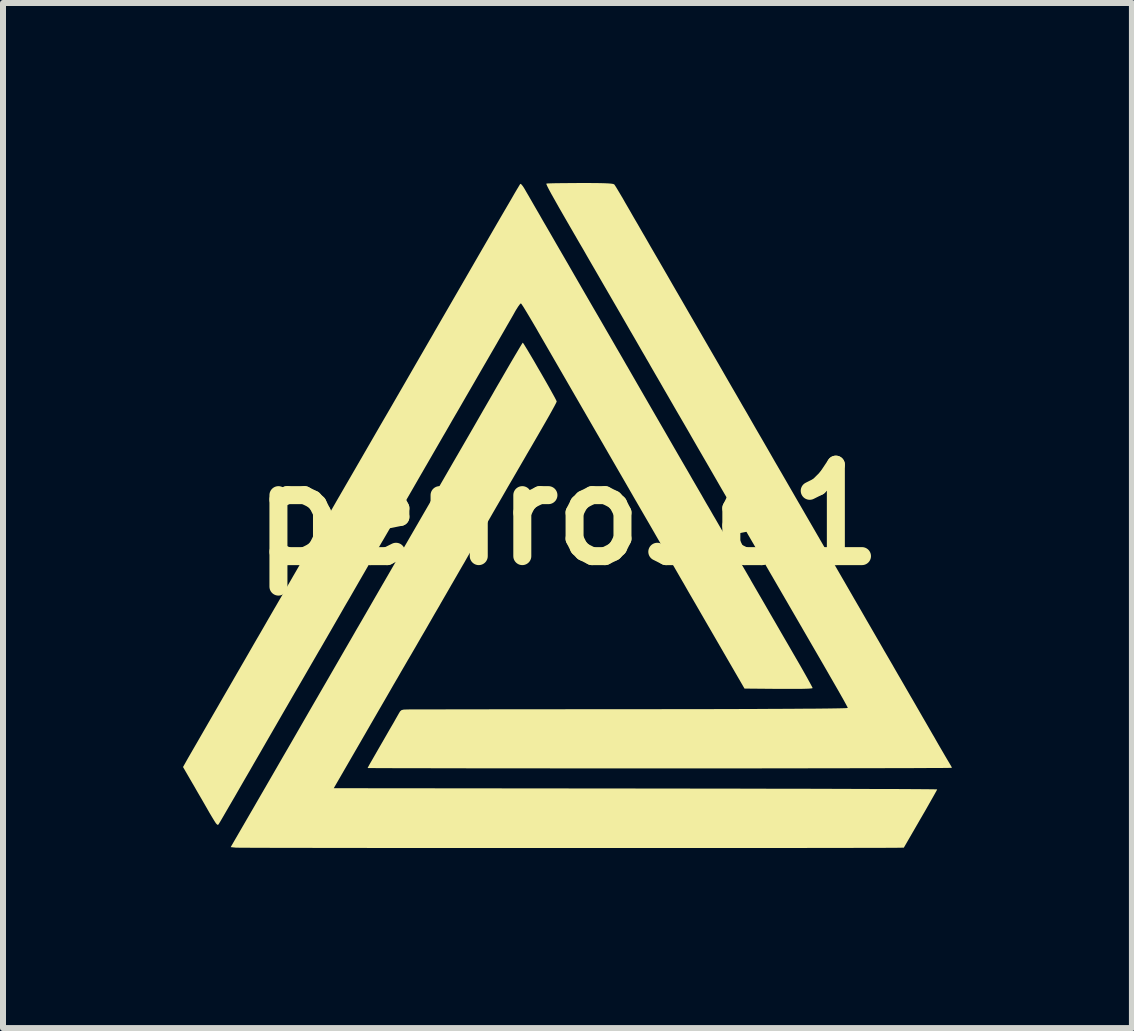
<source format=kicad_pcb>
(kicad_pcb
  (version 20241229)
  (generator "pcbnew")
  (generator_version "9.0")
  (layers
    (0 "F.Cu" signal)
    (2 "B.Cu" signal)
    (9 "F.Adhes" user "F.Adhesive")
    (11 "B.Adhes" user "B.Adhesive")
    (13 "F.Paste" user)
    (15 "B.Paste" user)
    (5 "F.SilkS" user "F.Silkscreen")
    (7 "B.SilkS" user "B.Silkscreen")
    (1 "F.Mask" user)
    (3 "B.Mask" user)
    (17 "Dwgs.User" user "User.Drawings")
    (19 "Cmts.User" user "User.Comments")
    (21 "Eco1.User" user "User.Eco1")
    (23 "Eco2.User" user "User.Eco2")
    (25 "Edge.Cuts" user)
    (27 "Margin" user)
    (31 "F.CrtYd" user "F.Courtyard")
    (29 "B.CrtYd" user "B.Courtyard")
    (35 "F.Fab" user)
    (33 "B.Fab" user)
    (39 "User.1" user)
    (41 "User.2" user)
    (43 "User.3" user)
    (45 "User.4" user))
  (footprint "penrose1"
    (layer "F.Cu")
    (at 6.416 5.528)
    (property "Reference" "penrose1" (at 0 0 0) (layer "F.SilkS") (effects (font (size 1.524 1.524) (thickness 0.3))))
    (attr board_only exclude_from_pos_files exclude_from_bom)
    (fp_poly (pts (xy -0.742 -2.852) (xy -0.715 -2.809) (xy -0.674 -2.742) (xy -0.624 -2.658) (xy -0.566 -2.56) (xy -0.505 -2.454) (xy -0.441 -2.344) (xy -0.379 -2.236) (xy -0.321 -2.134) (xy -0.271 -2.044) (xy -0.23 -1.97) (xy -0.202 -1.917) (xy -0.189 -1.89) (xy -0.189 -1.888) (xy -0.198 -1.865) (xy -0.226 -1.811) (xy -0.271 -1.729) (xy -0.332 -1.62) (xy -0.409 -1.486) (xy -0.499 -1.33) (xy -0.602 -1.152) (xy -0.68 -1.019) (xy -0.716 -0.956) (xy -0.769 -0.865) (xy -0.835 -0.751) (xy -0.912 -0.618) (xy -0.998 -0.471) (xy -1.088 -0.314) (xy -1.182 -0.152) (xy -1.237 -0.057) (xy -1.341 0.124) (xy -1.429 0.277) (xy -1.504 0.407) (xy -1.568 0.519) (xy -1.625 0.616) (xy -1.676 0.704) (xy -1.724 0.789) (xy -1.773 0.873) (xy -1.825 0.963) (xy -1.882 1.062) (xy -1.948 1.176) (xy -2.025 1.31) (xy -2.116 1.467) (xy -2.14 1.51) (xy -2.224 1.654) (xy -2.304 1.793) (xy -2.378 1.922) (xy -2.445 2.036) (xy -2.5 2.132) (xy -2.541 2.203) (xy -2.566 2.246) (xy -2.619 2.337) (xy -2.671 2.425) (xy -2.723 2.515) (xy -2.778 2.609) (xy -2.837 2.712) (xy -2.904 2.826) (xy -2.979 2.957) (xy -3.065 3.106) (xy -3.165 3.278) (xy -3.28 3.477) (xy -3.375 3.642) (xy -3.904 4.557) (xy 1.124 4.562) (xy 1.557 4.562) (xy 1.98 4.563) (xy 2.392 4.564) (xy 2.79 4.564) (xy 3.174 4.565) (xy 3.542 4.566) (xy 3.892 4.566) (xy 4.223 4.567) (xy 4.533 4.568) (xy 4.821 4.569) (xy 5.085 4.57) (xy 5.324 4.57) (xy 5.535 4.571) (xy 5.718 4.572) (xy 5.871 4.573) (xy 5.993 4.574) (xy 6.081 4.575) (xy 6.135 4.576) (xy 6.152 4.577) (xy 6.143 4.595) (xy 6.117 4.642) (xy 6.077 4.713) (xy 6.025 4.804) (xy 5.964 4.912) (xy 5.895 5.031) (xy 5.874 5.067) (xy 5.596 5.548) (xy 5.52 5.549) (xy 5.47 5.55) (xy 5.385 5.55) (xy 5.267 5.551) (xy 5.119 5.551) (xy 4.941 5.551) (xy 4.736 5.552) (xy 4.505 5.552) (xy 4.251 5.552) (xy 3.975 5.553) (xy 3.679 5.553) (xy 3.364 5.553) (xy 3.034 5.553) (xy 2.688 5.553) (xy 2.33 5.554) (xy 1.961 5.554) (xy 1.583 5.554) (xy 1.197 5.554) (xy 0.806 5.554) (xy 0.411 5.554) (xy 0.015 5.554) (xy -0.382 5.554) (xy -0.777 5.554) (xy -1.168 5.554) (xy -1.555 5.554) (xy -1.933 5.553) (xy -2.303 5.553) (xy -2.662 5.553) (xy -3.008 5.553) (xy -3.34 5.553) (xy -3.656 5.552) (xy -3.953 5.552) (xy -4.231 5.552) (xy -4.487 5.551) (xy -4.719 5.551) (xy -4.926 5.551) (xy -5.106 5.55) (xy -5.256 5.55) (xy -5.376 5.549) (xy -5.464 5.549) (xy -5.517 5.548) (xy -5.533 5.548) (xy -5.622 5.539) (xy -5.299 4.982) (xy -5.238 4.877) (xy -5.162 4.745) (xy -5.072 4.59) (xy -4.971 4.415) (xy -4.861 4.225) (xy -4.744 4.022) (xy -4.622 3.812) (xy -4.498 3.597) (xy -4.373 3.38) (xy -4.25 3.167) (xy -4.13 2.96) (xy -4.016 2.763) (xy -3.911 2.581) (xy -3.815 2.415) (xy -3.732 2.271) (xy -3.663 2.152) (xy -3.611 2.062) (xy -3.608 2.057) (xy -3.577 2.003) (xy -3.53 1.921) (xy -3.468 1.815) (xy -3.395 1.689) (xy -3.313 1.547) (xy -3.225 1.394) (xy -3.132 1.233) (xy -3.057 1.104) (xy -2.798 0.656) (xy -2.556 0.238) (xy -2.331 -0.151) (xy -2.122 -0.513) (xy -1.927 -0.851) (xy -1.745 -1.165) (xy -1.575 -1.459) (xy -1.417 -1.734) (xy -1.268 -1.992) (xy -1.207 -2.099) (xy -1.117 -2.254) (xy -1.033 -2.399) (xy -0.957 -2.53) (xy -0.89 -2.644) (xy -0.834 -2.738) (xy -0.792 -2.809) (xy -0.765 -2.853) (xy -0.754 -2.868)) (stroke (width 0) (type solid)) (fill yes) (layer "F.SilkS"))
    (fp_poly (pts (xy 0.365 -5.528) (xy 0.494 -5.527) (xy 0.593 -5.525) (xy 0.666 -5.522) (xy 0.717 -5.518) (xy 0.75 -5.513) (xy 0.768 -5.506) (xy 0.773 -5.501) (xy 0.79 -5.476) (xy 0.822 -5.424) (xy 0.865 -5.352) (xy 0.916 -5.266) (xy 0.951 -5.204) (xy 1.019 -5.087) (xy 1.094 -4.956) (xy 1.17 -4.826) (xy 1.236 -4.711) (xy 1.249 -4.689) (xy 1.302 -4.598) (xy 1.371 -4.477) (xy 1.456 -4.331) (xy 1.553 -4.164) (xy 1.66 -3.979) (xy 1.775 -3.779) (xy 1.897 -3.569) (xy 2.022 -3.352) (xy 2.149 -3.133) (xy 2.276 -2.913) (xy 2.4 -2.699) (xy 2.52 -2.492) (xy 2.632 -2.297) (xy 2.736 -2.117) (xy 2.829 -1.957) (xy 2.908 -1.819) (xy 2.973 -1.708) (xy 3.043 -1.586) (xy 3.129 -1.436) (xy 3.228 -1.266) (xy 3.336 -1.079) (xy 3.449 -0.882) (xy 3.566 -0.681) (xy 3.682 -0.48) (xy 3.794 -0.286) (xy 3.812 -0.255) (xy 4.013 0.092) (xy 4.196 0.408) (xy 4.362 0.695) (xy 4.512 0.955) (xy 4.648 1.19) (xy 4.769 1.4) (xy 4.879 1.589) (xy 4.976 1.758) (xy 5.063 1.908) (xy 5.141 2.043) (xy 5.21 2.162) (xy 5.271 2.269) (xy 5.318 2.349) (xy 5.394 2.48) (xy 5.475 2.621) (xy 5.557 2.762) (xy 5.632 2.892) (xy 5.695 3.001) (xy 5.7 3.01) (xy 5.759 3.111) (xy 5.831 3.236) (xy 5.911 3.375) (xy 5.994 3.518) (xy 6.074 3.657) (xy 6.104 3.708) (xy 6.17 3.824) (xy 6.232 3.93) (xy 6.286 4.023) (xy 6.329 4.096) (xy 6.359 4.146) (xy 6.37 4.165) (xy 6.39 4.2) (xy 6.397 4.217) (xy 6.379 4.218) (xy 6.324 4.219) (xy 6.234 4.22) (xy 6.112 4.22) (xy 5.958 4.221) (xy 5.774 4.222) (xy 5.562 4.223) (xy 5.324 4.223) (xy 5.06 4.224) (xy 4.772 4.224) (xy 4.463 4.225) (xy 4.133 4.225) (xy 3.784 4.226) (xy 3.418 4.226) (xy 3.036 4.227) (xy 2.64 4.227) (xy 2.231 4.227) (xy 1.812 4.227) (xy 1.529 4.227) (xy 1.103 4.227) (xy 0.687 4.227) (xy 0.282 4.227) (xy -0.109 4.227) (xy -0.486 4.226) (xy -0.847 4.226) (xy -1.189 4.226) (xy -1.512 4.226) (xy -1.815 4.225) (xy -2.094 4.225) (xy -2.35 4.224) (xy -2.58 4.224) (xy -2.783 4.224) (xy -2.956 4.223) (xy -3.1 4.223) (xy -3.211 4.222) (xy -3.289 4.221) (xy -3.332 4.221) (xy -3.34 4.22) (xy -3.331 4.203) (xy -3.306 4.157) (xy -3.266 4.088) (xy -3.215 3.999) (xy -3.156 3.896) (xy -3.101 3.801) (xy -3.033 3.683) (xy -2.97 3.573) (xy -2.913 3.476) (xy -2.868 3.396) (xy -2.836 3.34) (xy -2.823 3.317) (xy -2.799 3.277) (xy -2.775 3.256) (xy -2.74 3.247) (xy -2.68 3.245) (xy -2.67 3.245) (xy -2.64 3.244) (xy -2.574 3.244) (xy -2.474 3.244) (xy -2.342 3.244) (xy -2.18 3.244) (xy -1.989 3.243) (xy -1.773 3.243) (xy -1.532 3.243) (xy -1.268 3.242) (xy -0.984 3.242) (xy -0.681 3.242) (xy -0.361 3.242) (xy -0.027 3.241) (xy 0.321 3.241) (xy 0.68 3.241) (xy 1.048 3.24) (xy 1.052 3.24) (xy 1.523 3.24) (xy 1.964 3.239) (xy 2.373 3.239) (xy 2.751 3.238) (xy 3.096 3.237) (xy 3.408 3.235) (xy 3.687 3.234) (xy 3.932 3.232) (xy 4.142 3.231) (xy 4.318 3.229) (xy 4.457 3.227) (xy 4.561 3.225) (xy 4.629 3.223) (xy 4.659 3.22) (xy 4.661 3.219) (xy 4.659 3.212) (xy 4.652 3.197) (xy 4.638 3.171) (xy 4.618 3.134) (xy 4.59 3.083) (xy 4.552 3.016) (xy 4.504 2.931) (xy 4.444 2.827) (xy 4.372 2.702) (xy 4.287 2.554) (xy 4.187 2.381) (xy 4.071 2.181) (xy 3.939 1.953) (xy 3.789 1.694) (xy 3.764 1.651) (xy 3.68 1.506) (xy 3.582 1.337) (xy 3.474 1.151) (xy 3.362 0.958) (xy 3.251 0.765) (xy 3.145 0.581) (xy 3.076 0.462) (xy 2.998 0.328) (xy 2.905 0.166) (xy 2.798 -0.019) (xy 2.681 -0.222) (xy 2.556 -0.437) (xy 2.427 -0.661) (xy 2.297 -0.886) (xy 2.167 -1.11) (xy 2.042 -1.327) (xy 2.024 -1.359) (xy 1.911 -1.554) (xy 1.802 -1.741) (xy 1.7 -1.918) (xy 1.605 -2.082) (xy 1.52 -2.23) (xy 1.445 -2.359) (xy 1.383 -2.466) (xy 1.336 -2.549) (xy 1.304 -2.603) (xy 1.293 -2.623) (xy 1.27 -2.663) (xy 1.23 -2.731) (xy 1.176 -2.825) (xy 1.11 -2.94) (xy 1.033 -3.072) (xy 0.949 -3.218) (xy 0.859 -3.374) (xy 0.765 -3.536) (xy 0.67 -3.7) (xy 0.576 -3.862) (xy 0.485 -4.02) (xy 0.399 -4.168) (xy 0.321 -4.303) (xy 0.253 -4.422) (xy 0.196 -4.519) (xy 0.153 -4.593) (xy 0.136 -4.623) (xy 0.02 -4.823) (xy -0.078 -4.993) (xy -0.159 -5.134) (xy -0.224 -5.25) (xy -0.276 -5.342) (xy -0.314 -5.412) (xy -0.34 -5.462) (xy -0.355 -5.495) (xy -0.362 -5.513) (xy -0.361 -5.518) (xy -0.339 -5.521) (xy -0.284 -5.523) (xy -0.201 -5.525) (xy -0.095 -5.526) (xy 0.029 -5.527) (xy 0.167 -5.528) (xy 0.202 -5.528)) (stroke (width 0) (type solid)) (fill yes) (layer "F.SilkS"))
    (fp_poly (pts (xy -0.779 -5.507) (xy -0.752 -5.474) (xy -0.724 -5.43) (xy -0.699 -5.386) (xy -0.658 -5.316) (xy -0.605 -5.224) (xy -0.543 -5.116) (xy -0.475 -4.999) (xy -0.422 -4.906) (xy -0.362 -4.803) (xy -0.286 -4.672) (xy -0.198 -4.519) (xy -0.1 -4.35) (xy 0.005 -4.169) (xy 0.112 -3.983) (xy 0.22 -3.796) (xy 0.32 -3.623) (xy 0.422 -3.447) (xy 0.524 -3.272) (xy 0.622 -3.102) (xy 0.715 -2.942) (xy 0.799 -2.796) (xy 0.873 -2.669) (xy 0.933 -2.565) (xy 0.977 -2.488) (xy 0.981 -2.482) (xy 1.146 -2.195) (xy 1.31 -1.911) (xy 1.47 -1.634) (xy 1.624 -1.368) (xy 1.768 -1.118) (xy 1.9 -0.89) (xy 2.018 -0.687) (xy 2.071 -0.594) (xy 2.148 -0.462) (xy 2.225 -0.329) (xy 2.297 -0.203) (xy 2.363 -0.091) (xy 2.416 0.002) (xy 2.454 0.066) (xy 2.485 0.12) (xy 2.533 0.203) (xy 2.595 0.31) (xy 2.669 0.438) (xy 2.752 0.582) (xy 2.843 0.739) (xy 2.938 0.904) (xy 3.037 1.074) (xy 3.048 1.095) (xy 3.154 1.278) (xy 3.264 1.467) (xy 3.374 1.658) (xy 3.482 1.844) (xy 3.583 2.019) (xy 3.675 2.177) (xy 3.754 2.314) (xy 3.805 2.402) (xy 3.875 2.523) (xy 3.938 2.634) (xy 3.992 2.73) (xy 4.034 2.807) (xy 4.063 2.861) (xy 4.076 2.887) (xy 4.076 2.889) (xy 4.058 2.894) (xy 4.004 2.898) (xy 3.917 2.901) (xy 3.8 2.902) (xy 3.655 2.902) (xy 3.508 2.902) (xy 2.941 2.897) (xy 2.591 2.293) (xy 2.498 2.132) (xy 2.399 1.961) (xy 2.298 1.787) (xy 2.201 1.619) (xy 2.112 1.465) (xy 2.034 1.331) (xy 2.001 1.274) (xy 1.943 1.172) (xy 1.868 1.043) (xy 1.781 0.892) (xy 1.684 0.725) (xy 1.58 0.546) (xy 1.473 0.36) (xy 1.366 0.174) (xy 1.265 0) (xy 1.106 -0.274) (xy 0.932 -0.576) (xy 0.744 -0.901) (xy 0.546 -1.244) (xy 0.34 -1.6) (xy 0.13 -1.963) (xy -0.082 -2.33) (xy -0.293 -2.695) (xy -0.5 -3.053) (xy -0.523 -3.094) (xy -0.59 -3.208) (xy -0.651 -3.311) (xy -0.704 -3.399) (xy -0.745 -3.466) (xy -0.774 -3.509) (xy -0.785 -3.523) (xy -0.801 -3.51) (xy -0.83 -3.471) (xy -0.866 -3.414) (xy -0.879 -3.392) (xy -0.908 -3.34) (xy -0.953 -3.261) (xy -1.011 -3.161) (xy -1.078 -3.044) (xy -1.151 -2.918) (xy -1.226 -2.787) (xy -1.239 -2.765) (xy -1.304 -2.653) (xy -1.385 -2.513) (xy -1.479 -2.351) (xy -1.582 -2.172) (xy -1.693 -1.981) (xy -1.807 -1.783) (xy -1.923 -1.584) (xy -2.036 -1.387) (xy -2.08 -1.312) (xy -2.2 -1.104) (xy -2.33 -0.879) (xy -2.466 -0.644) (xy -2.603 -0.406) (xy -2.738 -0.172) (xy -2.867 0.05) (xy -2.985 0.255) (xy -3.089 0.434) (xy -3.095 0.443) (xy -3.194 0.615) (xy -3.294 0.787) (xy -3.391 0.956) (xy -3.483 1.115) (xy -3.567 1.261) (xy -3.64 1.388) (xy -3.7 1.49) (xy -3.733 1.547) (xy -3.797 1.659) (xy -3.875 1.794) (xy -3.959 1.94) (xy -4.045 2.089) (xy -4.126 2.229) (xy -4.147 2.264) (xy -4.279 2.492) (xy -4.395 2.693) (xy -4.499 2.872) (xy -4.593 3.033) (xy -4.68 3.184) (xy -4.764 3.329) (xy -4.847 3.473) (xy -4.933 3.622) (xy -5.025 3.781) (xy -5.125 3.955) (xy -5.238 4.15) (xy -5.293 4.246) (xy -5.39 4.413) (xy -5.481 4.571) (xy -5.565 4.717) (xy -5.641 4.847) (xy -5.706 4.959) (xy -5.758 5.049) (xy -5.796 5.114) (xy -5.818 5.15) (xy -5.822 5.157) (xy -5.833 5.168) (xy -5.847 5.164) (xy -5.868 5.142) (xy -5.897 5.097) (xy -5.94 5.026) (xy -5.974 4.969) (xy -6.031 4.869) (xy -6.1 4.749) (xy -6.173 4.624) (xy -6.241 4.505) (xy -6.259 4.475) (xy -6.416 4.204) (xy -6.356 4.097) (xy -6.333 4.056) (xy -6.293 3.987) (xy -6.24 3.895) (xy -6.175 3.783) (xy -6.102 3.656) (xy -6.023 3.519) (xy -5.947 3.387) (xy -5.849 3.218) (xy -5.742 3.032) (xy -5.63 2.839) (xy -5.519 2.646) (xy -5.414 2.465) (xy -5.321 2.304) (xy -5.293 2.255) (xy -5.213 2.116) (xy -5.133 1.979) (xy -5.058 1.849) (xy -4.991 1.732) (xy -4.934 1.634) (xy -4.892 1.561) (xy -4.881 1.543) (xy -4.822 1.441) (xy -4.755 1.326) (xy -4.692 1.217) (xy -4.668 1.175) (xy -4.627 1.104) (xy -4.583 1.027) (xy -4.534 0.943) (xy -4.48 0.849) (xy -4.419 0.743) (xy -4.35 0.624) (xy -4.271 0.488) (xy -4.182 0.334) (xy -4.082 0.16) (xy -3.968 -0.036) (xy -3.841 -0.257) (xy -3.698 -0.504) (xy -3.538 -0.78) (xy -3.378 -1.057) (xy -3.245 -1.287) (xy -3.111 -1.519) (xy -2.977 -1.749) (xy -2.847 -1.974) (xy -2.722 -2.19) (xy -2.605 -2.393) (xy -2.497 -2.58) (xy -2.401 -2.746) (xy -2.318 -2.89) (xy -2.251 -3.005) (xy -2.227 -3.048) (xy -2.025 -3.397) (xy -1.841 -3.715) (xy -1.675 -4.002) (xy -1.526 -4.26) (xy -1.393 -4.49) (xy -1.275 -4.694) (xy -1.172 -4.872) (xy -1.083 -5.025) (xy -1.007 -5.155) (xy -0.944 -5.263) (xy -0.894 -5.35) (xy -0.854 -5.418) (xy -0.825 -5.466) (xy -0.806 -5.498) (xy -0.796 -5.513) (xy -0.795 -5.515)) (stroke (width 0) (type solid)) (fill yes) (layer "F.SilkS")))
  (gr_rect
    (start -3 -3)
    (end 15.813 14.082)
    (stroke (width 0.1) (type default))
    (fill no)
    (layer "Edge.Cuts")))
</source>
